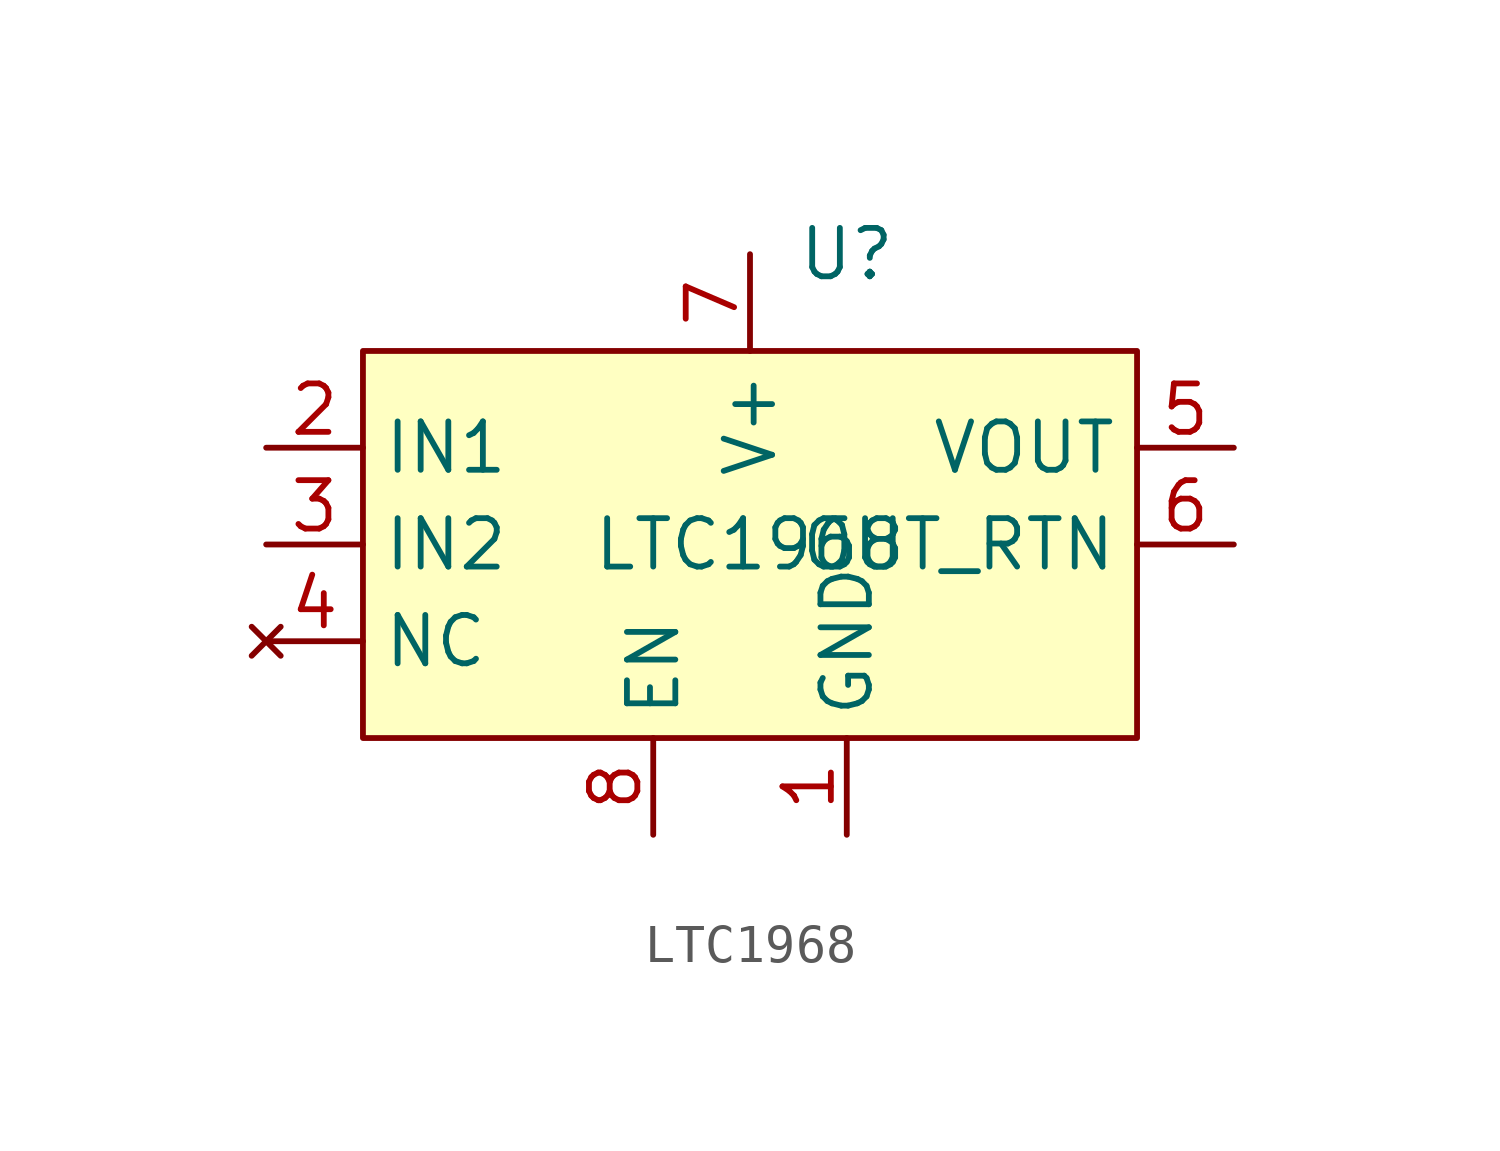
<source format=kicad_sym>
(kicad_symbol_lib
  (version 20220914)
  (generator kicad_symbol_editor)
  (symbol "LTC1968"
    (property "Reference" "U"
      (at 2.54 7.62 0)
      (effects (font (size 1.27 1.27))))
    (property "Value" "LTC1968"
      (at 0 0 0)
      (effects (font (size 1.27 1.27))))
    (symbol "LTC1968_1_1"
      (rectangle (start -10.16 5.08) (end 10.16 -5.08) (stroke (width 0) (type default)) (fill (type background)))
      (pin input line (at 2.54 -7.62 90) (length 2.54) (name "GND" (effects (font (size 1.27 1.27)))) (number "1" (effects (font (size 1.27 1.27)))))
      (pin input line (at -12.7 2.54 0) (length 2.54) (name "IN1" (effects (font (size 1.27 1.27)))) (number "2" (effects (font (size 1.27 1.27)))))
      (pin input line (at -12.7 0 0) (length 2.54) (name "IN2" (effects (font (size 1.27 1.27)))) (number "3" (effects (font (size 1.27 1.27)))))
      (pin no_connect line (at -12.7 -2.54 0) (length 2.54) (name "NC" (effects (font (size 1.27 1.27)))) (number "4" (effects (font (size 1.27 1.27)))))
      (pin input line (at 12.7 2.54 180) (length 2.54) (name "VOUT" (effects (font (size 1.27 1.27)))) (number "5" (effects (font (size 1.27 1.27)))))
      (pin input line (at 12.7 0 180) (length 2.54) (name "OUT_RTN" (effects (font (size 1.27 1.27)))) (number "6" (effects (font (size 1.27 1.27)))))
      (pin input line (at 0 7.62 270) (length 2.54) (name "V+" (effects (font (size 1.27 1.27)))) (number "7" (effects (font (size 1.27 1.27)))))
      (pin input line (at -2.54 -7.62 90) (length 2.54) (name "EN" (effects (font (size 1.27 1.27)))) (number "8" (effects (font (size 1.27 1.27))))))))
</source>
